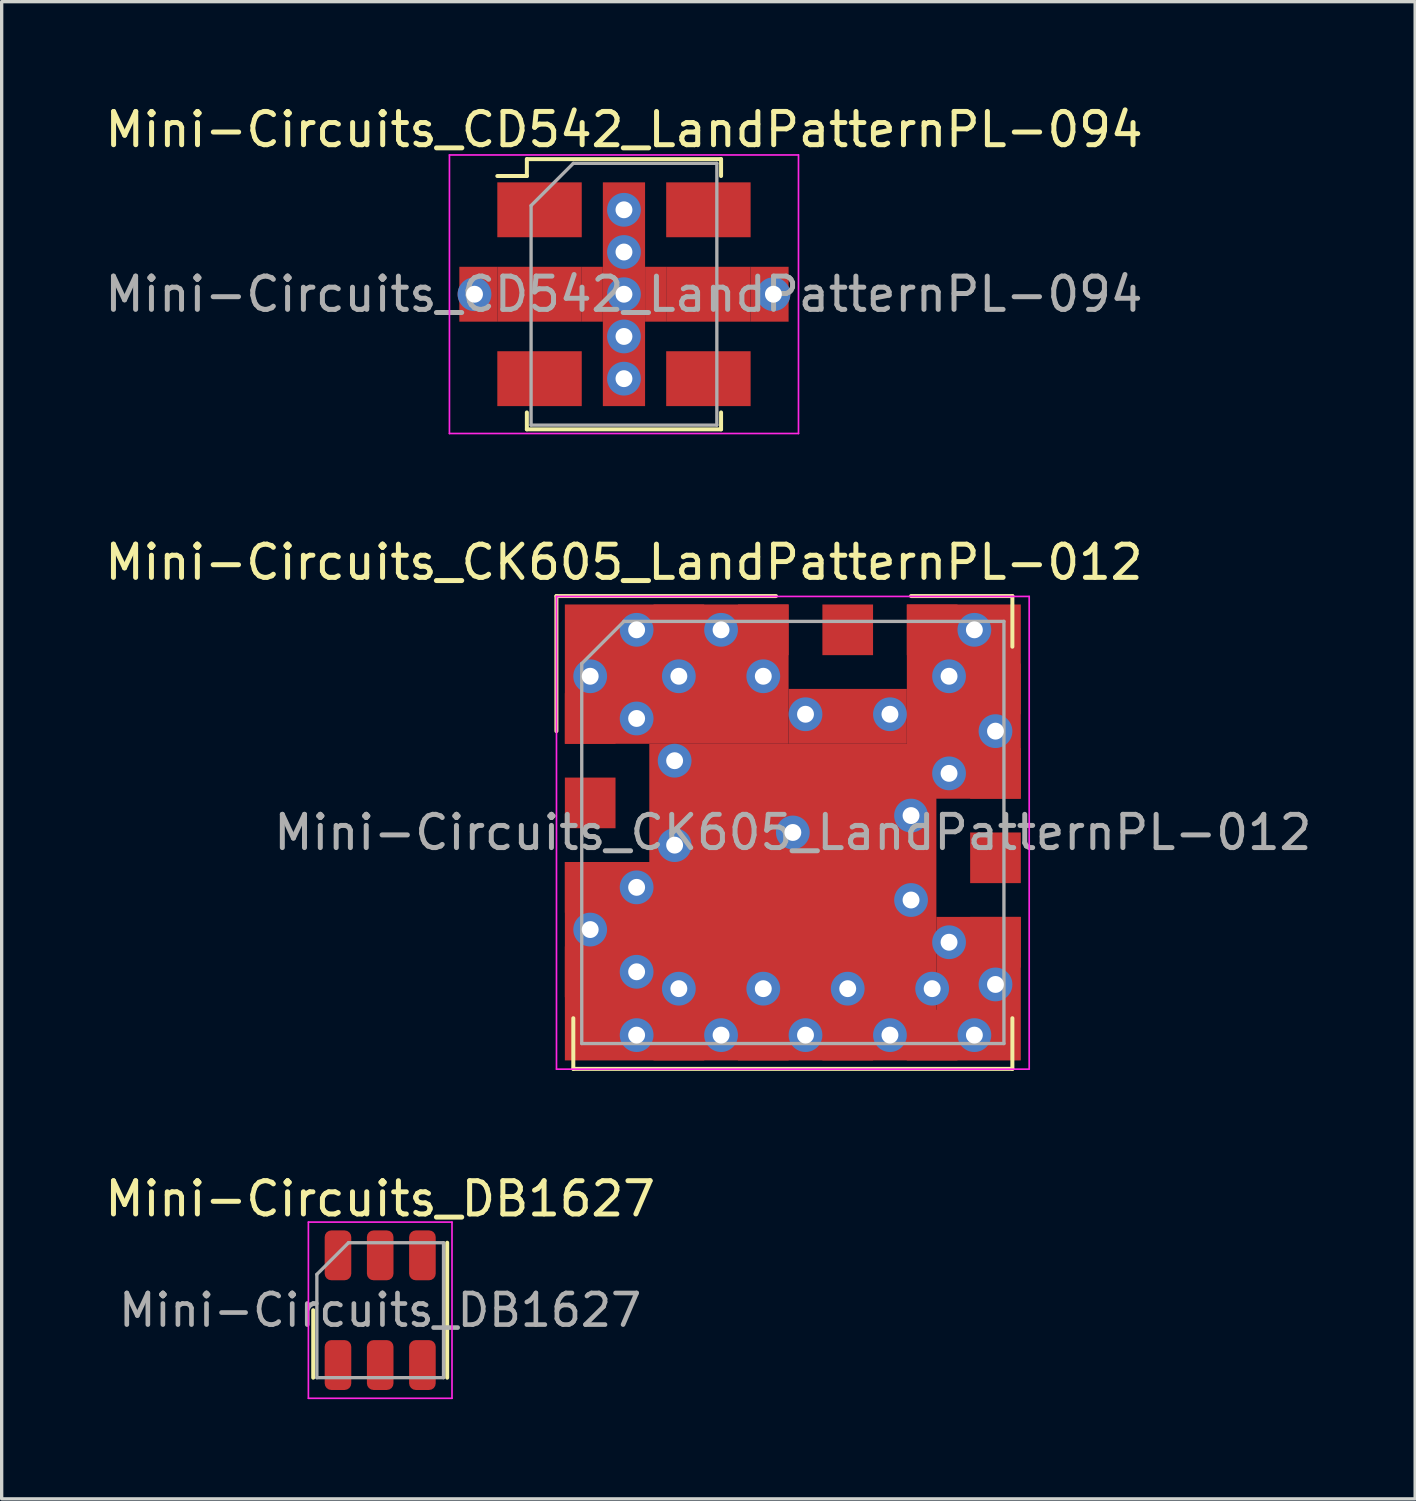
<source format=kicad_pcb>
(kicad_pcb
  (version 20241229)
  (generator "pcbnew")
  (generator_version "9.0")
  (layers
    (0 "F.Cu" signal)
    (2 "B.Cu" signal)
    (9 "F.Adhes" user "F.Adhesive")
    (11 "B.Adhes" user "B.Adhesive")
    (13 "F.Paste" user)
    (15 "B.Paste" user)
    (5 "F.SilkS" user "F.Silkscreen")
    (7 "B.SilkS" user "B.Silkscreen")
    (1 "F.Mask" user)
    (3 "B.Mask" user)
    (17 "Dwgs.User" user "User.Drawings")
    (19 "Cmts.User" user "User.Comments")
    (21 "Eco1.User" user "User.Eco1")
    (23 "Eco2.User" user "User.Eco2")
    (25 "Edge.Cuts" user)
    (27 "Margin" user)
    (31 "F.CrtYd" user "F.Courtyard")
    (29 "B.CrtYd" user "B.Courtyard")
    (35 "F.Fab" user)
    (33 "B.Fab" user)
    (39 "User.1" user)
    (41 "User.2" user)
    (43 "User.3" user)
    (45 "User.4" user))
  (footprint "Mini-Circuits_DB1627"
    (layer "F.Cu")
    (at 8.387 36.363)
    (property "Reference" "Mini-Circuits_DB1627" (at 0 -3.35 0) (layer "F.SilkS") (effects (font (size 1 1) (thickness 0.15))))
    (attr smd)
    (fp_line (start -2.015 0) (end -2.015 2.03) (stroke (width 0.12) (type solid)) (layer "F.SilkS"))
    (fp_line (start 2.015 -2.03) (end 2.015 2.03) (stroke (width 0.12) (type solid)) (layer "F.SilkS"))
    (fp_line (start -2.16 -2.65) (end -2.16 2.65) (stroke (width 0.05) (type solid)) (layer "F.CrtYd"))
    (fp_line (start -2.16 2.65) (end 2.16 2.65) (stroke (width 0.05) (type solid)) (layer "F.CrtYd"))
    (fp_line (start 2.16 -2.65) (end -2.16 -2.65) (stroke (width 0.05) (type solid)) (layer "F.CrtYd"))
    (fp_line (start 2.16 2.65) (end 2.16 -2.65) (stroke (width 0.05) (type solid)) (layer "F.CrtYd"))
    (fp_line (start -1.905 -1.077) (end -0.953 -2.03) (stroke (width 0.1) (type solid)) (layer "F.Fab"))
    (fp_line (start -1.905 2.03) (end -1.905 -1.077) (stroke (width 0.1) (type solid)) (layer "F.Fab"))
    (fp_line (start -0.953 -2.03) (end 1.905 -2.03) (stroke (width 0.1) (type solid)) (layer "F.Fab"))
    (fp_line (start 1.905 -2.03) (end 1.905 2.03) (stroke (width 0.1) (type solid)) (layer "F.Fab"))
    (fp_line (start 1.905 2.03) (end -1.905 2.03) (stroke (width 0.1) (type solid)) (layer "F.Fab"))
    (fp_text user "${REFERENCE}" (at 0 0 0) (layer "F.Fab") (effects (font (size 0.95 0.95) (thickness 0.14))))
    (pad "1" smd roundrect (at -1.27 -1.65) (size 0.8 1.5) (layers "F.Cu" "F.Mask" "F.Paste") (roundrect_rratio 0.25))
    (pad "2" smd roundrect (at 0 -1.65) (size 0.8 1.5) (layers "F.Cu" "F.Mask" "F.Paste") (roundrect_rratio 0.25))
    (pad "3" smd roundrect (at 1.27 -1.65) (size 0.8 1.5) (layers "F.Cu" "F.Mask" "F.Paste") (roundrect_rratio 0.25))
    (pad "4" smd roundrect (at 1.27 1.65) (size 0.8 1.5) (layers "F.Cu" "F.Mask" "F.Paste") (roundrect_rratio 0.25))
    (pad "5" smd roundrect (at 0 1.65) (size 0.8 1.5) (layers "F.Cu" "F.Mask" "F.Paste") (roundrect_rratio 0.25))
    (pad "6" smd roundrect (at -1.27 1.65) (size 0.8 1.5) (layers "F.Cu" "F.Mask" "F.Paste") (roundrect_rratio 0.25)))
  (footprint "Mini-Circuits_CK605_LandPatternPL-012"
    (layer "F.Cu")
    (at 20.8 21.992)
    (property "Reference" "Mini-Circuits_CK605_LandPatternPL-012" (at -5.08 -8.128 180) (layer "F.SilkS") (effects (font (size 1 1) (thickness 0.15))))
    (attr smd)
    (fp_line (start -7.112 -7.112) (end -0.508 -7.112) (stroke (width 0.12) (type solid)) (layer "F.SilkS"))
    (fp_line (start -7.112 -3.048) (end -7.112 -7.112) (stroke (width 0.12) (type solid)) (layer "F.SilkS"))
    (fp_line (start -6.604 5.588) (end -6.604 7.112) (stroke (width 0.12) (type solid)) (layer "F.SilkS"))
    (fp_line (start -6.604 7.112) (end 6.604 7.112) (stroke (width 0.12) (type solid)) (layer "F.SilkS"))
    (fp_line (start 3.556 -7.112) (end 6.604 -7.112) (stroke (width 0.12) (type solid)) (layer "F.SilkS"))
    (fp_line (start 6.604 -7.112) (end 6.604 -5.588) (stroke (width 0.12) (type solid)) (layer "F.SilkS"))
    (fp_line (start 6.604 7.112) (end 6.604 5.588) (stroke (width 0.12) (type solid)) (layer "F.SilkS"))
    (fp_line (start -7.11 -7.1) (end -7.11 7.12) (stroke (width 0.05) (type solid)) (layer "F.CrtYd"))
    (fp_line (start -7.11 -7.1) (end 7.11 -7.1) (stroke (width 0.05) (type solid)) (layer "F.CrtYd"))
    (fp_line (start 7.11 7.12) (end -7.11 7.12) (stroke (width 0.05) (type solid)) (layer "F.CrtYd"))
    (fp_line (start 7.11 7.12) (end 7.11 -7.1) (stroke (width 0.05) (type solid)) (layer "F.CrtYd"))
    (fp_line (start -6.35 -5.08) (end -6.35 6.35) (stroke (width 0.1) (type solid)) (layer "F.Fab"))
    (fp_line (start -6.35 -5.08) (end -5.08 -6.35) (stroke (width 0.1) (type solid)) (layer "F.Fab"))
    (fp_line (start -6.35 6.35) (end 6.35 6.35) (stroke (width 0.1) (type solid)) (layer "F.Fab"))
    (fp_line (start 6.35 -6.35) (end -5.08 -6.35) (stroke (width 0.1) (type solid)) (layer "F.Fab"))
    (fp_line (start 6.35 6.35) (end 6.35 -6.35) (stroke (width 0.1) (type solid)) (layer "F.Fab"))
    (fp_text user "${REFERENCE}" (at 0 0 0) (layer "F.Fab") (effects (font (size 1 1) (thickness 0.15))))
    (pad "1" thru_hole circle (at -6.096 -4.699) (size 1.016 1.016) (drill 0.508) (layers "*.Cu"))
    (pad "1" smd rect (at -6.096 -3.429 270) (size 1.524 1.524) (layers "F.Cu" "F.Mask" "F.Paste"))
    (pad "1" thru_hole circle (at -6.096 2.921) (size 1.016 1.016) (drill 0.508) (layers "*.Cu"))
    (pad "1" thru_hole circle (at -4.699 -6.096) (size 1.016 1.016) (drill 0.508) (layers "*.Cu"))
    (pad "1" thru_hole circle (at -4.699 -3.429) (size 1.016 1.016) (drill 0.508) (layers "*.Cu"))
    (pad "1" thru_hole circle (at -4.699 1.651) (size 1.016 1.016) (drill 0.508) (layers "*.Cu"))
    (pad "1" thru_hole circle (at -4.699 4.191) (size 1.016 1.016) (drill 0.508) (layers "*.Cu"))
    (pad "1" thru_hole circle (at -4.699 6.096) (size 1.016 1.016) (drill 0.508) (layers "*.Cu"))
    (pad "1" thru_hole circle (at -3.556 -2.159) (size 1.016 1.016) (drill 0.508) (layers "*.Cu"))
    (pad "1" thru_hole circle (at -3.556 0.381) (size 1.016 1.016) (drill 0.508) (layers "*.Cu"))
    (pad "1" smd rect (at -3.493 -4.763) (size 6.731 4.191) (layers "F.Cu"))
    (pad "1" thru_hole circle (at -3.429 -4.699) (size 1.016 1.016) (drill 0.508) (layers "*.Cu"))
    (pad "1" thru_hole circle (at -3.429 4.699) (size 1.016 1.016) (drill 0.508) (layers "*.Cu"))
    (pad "1" thru_hole circle (at -2.159 -6.096) (size 1.016 1.016) (drill 0.508) (layers "*.Cu"))
    (pad "1" thru_hole circle (at -2.159 6.096) (size 1.016 1.016) (drill 0.508) (layers "*.Cu"))
    (pad "1" smd rect (at -1.27 3.873) (size 11.176 5.969) (layers "F.Cu"))
    (pad "1" thru_hole circle (at -0.889 -4.699) (size 1.016 1.016) (drill 0.508) (layers "*.Cu"))
    (pad "1" thru_hole circle (at -0.889 4.699) (size 1.016 1.016) (drill 0.508) (layers "*.Cu"))
    (pad "1" smd rect (at 0 -0.889) (size 8.636 3.556) (layers "F.Cu"))
    (pad "1" thru_hole circle (at 0 0) (size 1.016 1.016) (drill 0.508) (layers "*.Cu"))
    (pad "1" thru_hole circle (at 0.381 -3.556) (size 1.016 1.016) (drill 0.508) (layers "*.Cu"))
    (pad "1" thru_hole circle (at 0.381 6.096) (size 1.016 1.016) (drill 0.508) (layers "*.Cu"))
    (pad "1" smd rect (at 1.651 -3.493) (size 3.556 1.651) (layers "F.Cu"))
    (pad "1" thru_hole circle (at 1.651 4.699) (size 1.016 1.016) (drill 0.508) (layers "*.Cu"))
    (pad "1" thru_hole circle (at 2.921 -3.556) (size 1.016 1.016) (drill 0.508) (layers "*.Cu"))
    (pad "1" thru_hole circle (at 2.921 6.096) (size 1.016 1.016) (drill 0.508) (layers "*.Cu"))
    (pad "1" thru_hole circle (at 3.556 -0.508) (size 1.016 1.016) (drill 0.508) (layers "*.Cu"))
    (pad "1" thru_hole circle (at 3.556 2.032) (size 1.016 1.016) (drill 0.508) (layers "*.Cu"))
    (pad "1" thru_hole circle (at 4.191 4.699) (size 1.016 1.016) (drill 0.508) (layers "*.Cu"))
    (pad "1" thru_hole circle (at 4.699 -4.699) (size 1.016 1.016) (drill 0.508) (layers "*.Cu"))
    (pad "1" thru_hole circle (at 4.699 -1.778) (size 1.016 1.016) (drill 0.508) (layers "*.Cu"))
    (pad "1" thru_hole circle (at 4.699 3.302) (size 1.016 1.016) (drill 0.508) (layers "*.Cu"))
    (pad "1" smd rect (at 5.144 -3.937) (size 3.429 5.842) (layers "F.Cu"))
    (pad "1" thru_hole circle (at 5.461 -6.096) (size 1.016 1.016) (drill 0.508) (layers "*.Cu"))
    (pad "1" thru_hole circle (at 5.461 6.096) (size 1.016 1.016) (drill 0.508) (layers "*.Cu"))
    (pad "1" smd rect (at 5.588 4.699) (size 2.54 4.318) (layers "F.Cu"))
    (pad "1" thru_hole circle (at 6.096 -3.048) (size 1.016 1.016) (drill 0.508) (layers "*.Cu"))
    (pad "1" thru_hole circle (at 6.096 4.572) (size 1.016 1.016) (drill 0.508) (layers "*.Cu"))
    (pad "2" smd rect (at -6.096 -0.889 270) (size 1.524 1.524) (layers "F.Cu" "F.Mask" "F.Paste"))
    (pad "3" smd rect (at -6.096 1.651 270) (size 1.524 1.524) (layers "F.Cu" "F.Mask" "F.Paste"))
    (pad "4" smd rect (at -6.096 4.191 270) (size 1.524 1.524) (layers "F.Cu" "F.Mask" "F.Paste"))
    (pad "5" smd rect (at -3.429 6.096 270) (size 1.524 1.524) (layers "F.Cu" "F.Mask" "F.Paste"))
    (pad "6" smd rect (at -0.889 6.096 270) (size 1.524 1.524) (layers "F.Cu" "F.Mask" "F.Paste"))
    (pad "7" smd rect (at 1.651 6.096 270) (size 1.524 1.524) (layers "F.Cu" "F.Mask" "F.Paste"))
    (pad "8" smd rect (at 4.191 6.096 270) (size 1.524 1.524) (layers "F.Cu" "F.Mask" "F.Paste"))
    (pad "9" smd rect (at 6.096 3.302 270) (size 1.524 1.524) (layers "F.Cu" "F.Mask" "F.Paste"))
    (pad "10" smd rect (at 6.096 0.762 270) (size 1.524 1.524) (layers "F.Cu" "F.Mask" "F.Paste"))
    (pad "11" smd rect (at 6.096 -1.778 270) (size 1.524 1.524) (layers "F.Cu" "F.Mask" "F.Paste"))
    (pad "12" smd rect (at 6.096 -4.318 270) (size 1.524 1.524) (layers "F.Cu" "F.Mask" "F.Paste"))
    (pad "13" smd rect (at 4.191 -6.096 270) (size 1.524 1.524) (layers "F.Cu" "F.Mask" "F.Paste"))
    (pad "14" smd rect (at 1.651 -6.096 270) (size 1.524 1.524) (layers "F.Cu" "F.Mask" "F.Paste"))
    (pad "15" smd rect (at -0.889 -6.096 270) (size 1.524 1.524) (layers "F.Cu" "F.Mask" "F.Paste"))
    (pad "16" smd rect (at -3.429 -6.096 270) (size 1.524 1.524) (layers "F.Cu" "F.Mask" "F.Paste")))
  (footprint "Mini-Circuits_CD542_LandPatternPL-094"
    (layer "F.Cu")
    (at 15.72 5.801)
    (property "Reference" "Mini-Circuits_CD542_LandPatternPL-094" (at 0.004 -4.953 0) (layer "F.SilkS") (effects (font (size 1 1) (thickness 0.15))))
    (attr smd)
    (fp_line (start -2.921 -4.064) (end -2.921 -3.556) (stroke (width 0.12) (type solid)) (layer "F.SilkS"))
    (fp_line (start -2.921 -3.556) (end -3.81 -3.556) (stroke (width 0.12) (type solid)) (layer "F.SilkS"))
    (fp_line (start -2.921 3.556) (end -2.921 4.064) (stroke (width 0.12) (type solid)) (layer "F.SilkS"))
    (fp_line (start -2.921 4.064) (end 2.921 4.064) (stroke (width 0.12) (type solid)) (layer "F.SilkS"))
    (fp_line (start 2.921 -4.064) (end -2.921 -4.064) (stroke (width 0.12) (type solid)) (layer "F.SilkS"))
    (fp_line (start 2.921 -3.556) (end 2.921 -4.064) (stroke (width 0.12) (type solid)) (layer "F.SilkS"))
    (fp_line (start 2.921 4.064) (end 2.921 3.556) (stroke (width 0.12) (type solid)) (layer "F.SilkS"))
    (fp_line (start -5.25 -4.19) (end -5.25 4.19) (stroke (width 0.05) (type solid)) (layer "F.CrtYd"))
    (fp_line (start -5.25 -4.19) (end 5.25 -4.19) (stroke (width 0.05) (type solid)) (layer "F.CrtYd"))
    (fp_line (start 5.25 4.19) (end -5.25 4.19) (stroke (width 0.05) (type solid)) (layer "F.CrtYd"))
    (fp_line (start 5.25 4.19) (end 5.25 -4.19) (stroke (width 0.05) (type solid)) (layer "F.CrtYd"))
    (fp_line (start -2.794 -2.667) (end -2.794 3.937) (stroke (width 0.1) (type solid)) (layer "F.Fab"))
    (fp_line (start -2.794 -2.667) (end -1.524 -3.937) (stroke (width 0.1) (type solid)) (layer "F.Fab"))
    (fp_line (start -2.794 3.937) (end 2.794 3.937) (stroke (width 0.1) (type solid)) (layer "F.Fab"))
    (fp_line (start 2.794 -3.937) (end -1.524 -3.937) (stroke (width 0.1) (type solid)) (layer "F.Fab"))
    (fp_line (start 2.794 -3.937) (end 2.794 3.937) (stroke (width 0.1) (type solid)) (layer "F.Fab"))
    (fp_text user "${REFERENCE}" (at 0 0 0) (layer "F.Fab") (effects (font (size 1 1) (thickness 0.15))))
    (pad "1" smd rect (at -2.54 -2.54 270) (size 1.651 2.54) (layers "F.Cu" "F.Mask" "F.Paste"))
    (pad "2" thru_hole circle (at -4.496 0 270) (size 1.016 1.016) (drill 0.508) (layers "*.Cu"))
    (pad "2" smd rect (at -4.381 0 270) (size 1.651 1.143) (layers "F.Cu"))
    (pad "2" smd rect (at -2.54 0 270) (size 1.651 2.54) (layers "F.Cu" "F.Mask" "F.Paste"))
    (pad "2" smd rect (at -0.953 0 270) (size 1.651 0.635) (layers "F.Cu"))
    (pad "2" thru_hole circle (at 0 -2.54 270) (size 1.016 1.016) (drill 0.508) (layers "*.Cu"))
    (pad "2" thru_hole circle (at 0 -1.27 270) (size 1.016 1.016) (drill 0.508) (layers "*.Cu"))
    (pad "2" thru_hole circle (at 0 0 270) (size 1.016 1.016) (drill 0.508) (layers "*.Cu"))
    (pad "2" smd rect (at 0 0 270) (size 6.731 1.27) (layers "F.Cu"))
    (pad "2" thru_hole circle (at 0 1.27 270) (size 1.016 1.016) (drill 0.508) (layers "*.Cu"))
    (pad "2" thru_hole circle (at 0 2.54 270) (size 1.016 1.016) (drill 0.508) (layers "*.Cu"))
    (pad "3" smd rect (at -2.54 2.54 270) (size 1.651 2.54) (layers "F.Cu" "F.Mask" "F.Paste"))
    (pad "4" smd rect (at 2.54 2.54 270) (size 1.651 2.54) (layers "F.Cu" "F.Mask" "F.Paste"))
    (pad "5" smd rect (at 0.953 0 270) (size 1.651 0.635) (layers "F.Cu"))
    (pad "5" smd rect (at 2.54 0 270) (size 1.651 2.54) (layers "F.Cu" "F.Mask" "F.Paste"))
    (pad "5" smd rect (at 4.381 0 270) (size 1.651 1.143) (layers "F.Cu"))
    (pad "5" thru_hole circle (at 4.496 0 270) (size 1.016 1.016) (drill 0.508) (layers "*.Cu"))
    (pad "6" smd rect (at 2.54 -2.54 270) (size 1.651 2.54) (layers "F.Cu" "F.Mask" "F.Paste")))
  (gr_rect
    (start -3 -3)
    (end 39.52 42.038)
    (stroke (width 0.1) (type default))
    (fill no)
    (layer "Edge.Cuts")))
</source>
